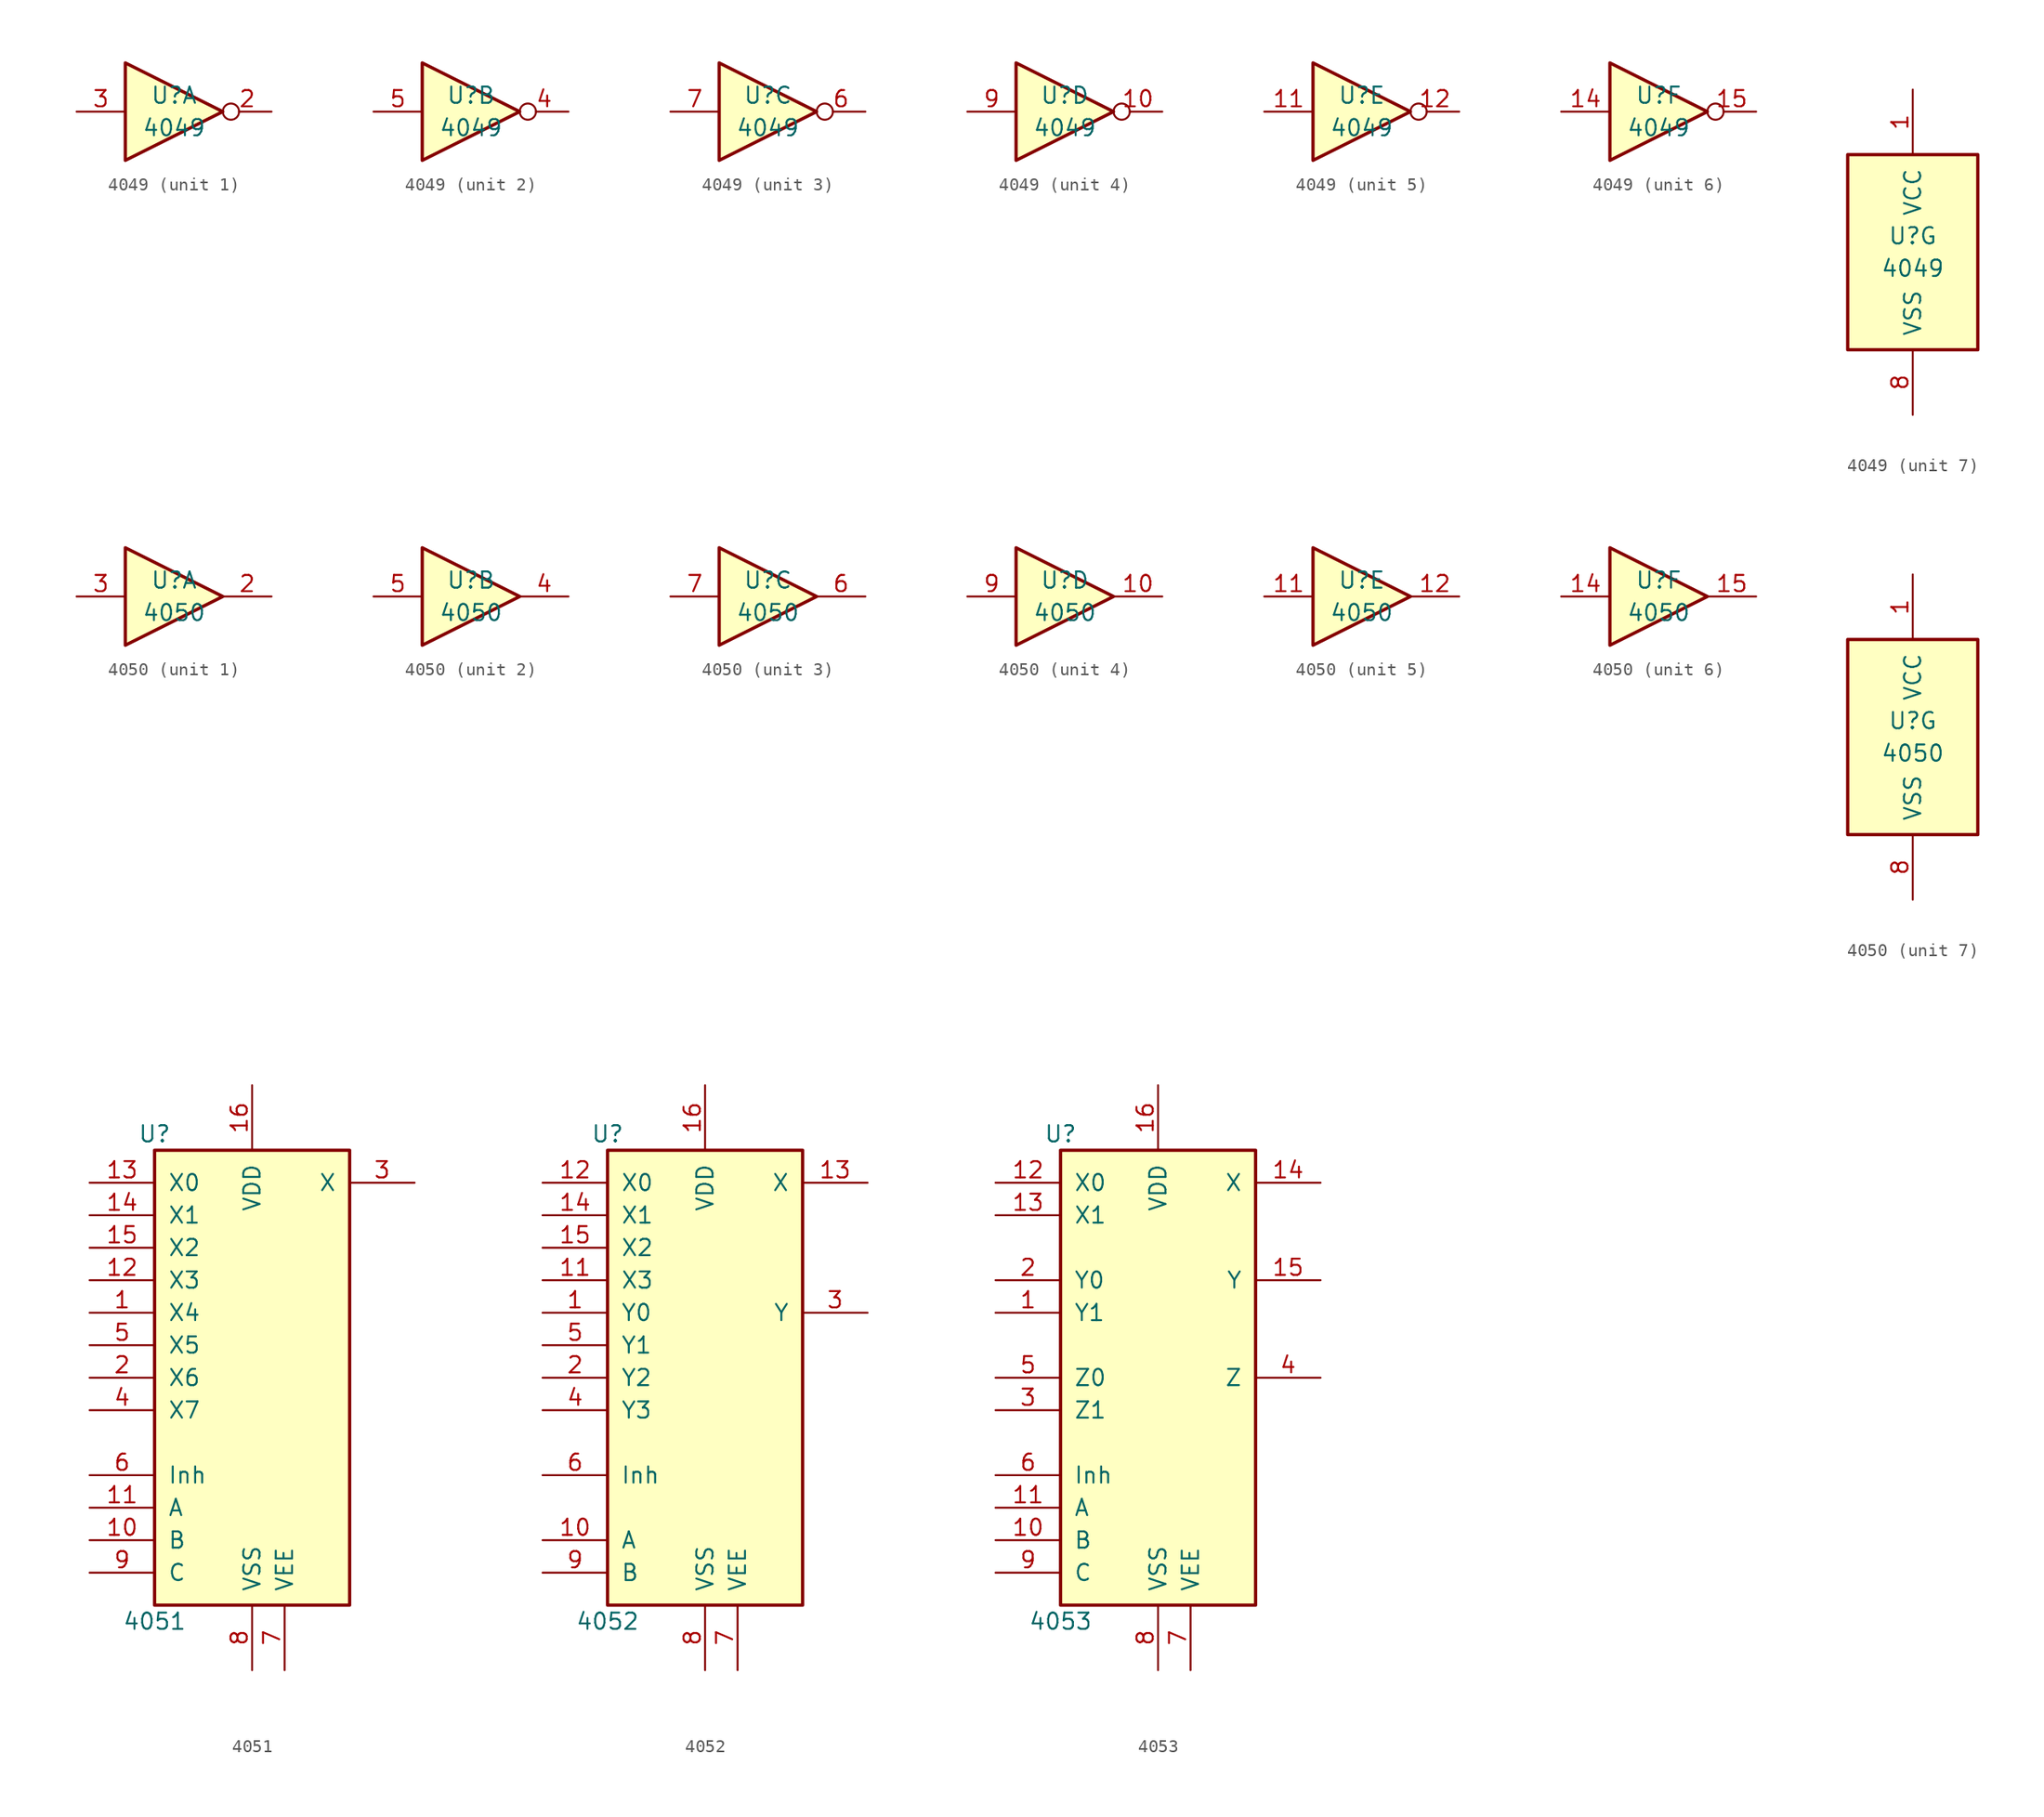
<source format=kicad_sym>
(kicad_symbol_lib
  (version 20211014)
  (generator kicad_symbol_editor)
  (symbol "4049"
    (pin_names
      (offset 1.016))
    (property "Reference" "U"
      (at 0 1.27 0)
      (effects (font (size 1.27 1.27))))
    (property "Value" "4049"
      (at 0 -1.27 0)
      (effects (font (size 1.27 1.27))))
    (property "ki_locked" ""
      (at 0 0 0)
      (effects (font (size 1.27 1.27))))
    (symbol "4049_1_0"
      (polyline (pts (xy -3.81 3.81) (xy -3.81 -3.81) (xy 3.81 0) (xy -3.81 3.81)) (stroke (width 0.254) (type default) (color 0 0 0 0)) (fill (type background)))
      (pin output inverted (at 7.62 0 180) (length 3.81) (name "~" (effects (font (size 1.27 1.27)))) (number "2" (effects (font (size 1.27 1.27)))))
      (pin input line (at -7.62 0 0) (length 3.81) (name "~" (effects (font (size 1.27 1.27)))) (number "3" (effects (font (size 1.27 1.27))))))
    (symbol "4049_2_0"
      (polyline (pts (xy -3.81 3.81) (xy -3.81 -3.81) (xy 3.81 0) (xy -3.81 3.81)) (stroke (width 0.254) (type default) (color 0 0 0 0)) (fill (type background)))
      (pin output inverted (at 7.62 0 180) (length 3.81) (name "~" (effects (font (size 1.27 1.27)))) (number "4" (effects (font (size 1.27 1.27)))))
      (pin input line (at -7.62 0 0) (length 3.81) (name "~" (effects (font (size 1.27 1.27)))) (number "5" (effects (font (size 1.27 1.27))))))
    (symbol "4049_3_0"
      (polyline (pts (xy -3.81 3.81) (xy -3.81 -3.81) (xy 3.81 0) (xy -3.81 3.81)) (stroke (width 0.254) (type default) (color 0 0 0 0)) (fill (type background)))
      (pin output inverted (at 7.62 0 180) (length 3.81) (name "~" (effects (font (size 1.27 1.27)))) (number "6" (effects (font (size 1.27 1.27)))))
      (pin input line (at -7.62 0 0) (length 3.81) (name "~" (effects (font (size 1.27 1.27)))) (number "7" (effects (font (size 1.27 1.27))))))
    (symbol "4049_4_0"
      (polyline (pts (xy -3.81 3.81) (xy -3.81 -3.81) (xy 3.81 0) (xy -3.81 3.81)) (stroke (width 0.254) (type default) (color 0 0 0 0)) (fill (type background)))
      (pin output inverted (at 7.62 0 180) (length 3.81) (name "~" (effects (font (size 1.27 1.27)))) (number "10" (effects (font (size 1.27 1.27)))))
      (pin input line (at -7.62 0 0) (length 3.81) (name "~" (effects (font (size 1.27 1.27)))) (number "9" (effects (font (size 1.27 1.27))))))
    (symbol "4049_5_0"
      (polyline (pts (xy -3.81 3.81) (xy -3.81 -3.81) (xy 3.81 0) (xy -3.81 3.81)) (stroke (width 0.254) (type default) (color 0 0 0 0)) (fill (type background)))
      (pin input line (at -7.62 0 0) (length 3.81) (name "~" (effects (font (size 1.27 1.27)))) (number "11" (effects (font (size 1.27 1.27)))))
      (pin output inverted (at 7.62 0 180) (length 3.81) (name "~" (effects (font (size 1.27 1.27)))) (number "12" (effects (font (size 1.27 1.27))))))
    (symbol "4049_6_0"
      (polyline (pts (xy -3.81 3.81) (xy -3.81 -3.81) (xy 3.81 0) (xy -3.81 3.81)) (stroke (width 0.254) (type default) (color 0 0 0 0)) (fill (type background)))
      (pin input line (at -7.62 0 0) (length 3.81) (name "~" (effects (font (size 1.27 1.27)))) (number "14" (effects (font (size 1.27 1.27)))))
      (pin output inverted (at 7.62 0 180) (length 3.81) (name "~" (effects (font (size 1.27 1.27)))) (number "15" (effects (font (size 1.27 1.27))))))
    (symbol "4049_7_0"
      (pin power_in line (at 0 12.7 270) (length 5.08) (name "VCC" (effects (font (size 1.27 1.27)))) (number "1" (effects (font (size 1.27 1.27)))))
      (pin power_in line (at 0 -12.7 90) (length 5.08) (name "VSS" (effects (font (size 1.27 1.27)))) (number "8" (effects (font (size 1.27 1.27))))))
    (symbol "4049_7_1"
      (rectangle (start -5.08 7.62) (end 5.08 -7.62) (stroke (width 0.254) (type default) (color 0 0 0 0)) (fill (type background)))))
  (symbol "4050"
    (pin_names
      (offset 1.016))
    (property "Reference" "U"
      (at 0 1.27 0)
      (effects (font (size 1.27 1.27))))
    (property "Value" "4050"
      (at 0 -1.27 0)
      (effects (font (size 1.27 1.27))))
    (property "ki_locked" ""
      (at 0 0 0)
      (effects (font (size 1.27 1.27))))
    (symbol "4050_1_0"
      (polyline (pts (xy -3.81 3.81) (xy -3.81 -3.81) (xy 3.81 0) (xy -3.81 3.81)) (stroke (width 0.254) (type default) (color 0 0 0 0)) (fill (type background)))
      (pin output line (at 7.62 0 180) (length 3.81) (name "~" (effects (font (size 1.27 1.27)))) (number "2" (effects (font (size 1.27 1.27)))))
      (pin input line (at -7.62 0 0) (length 3.81) (name "~" (effects (font (size 1.27 1.27)))) (number "3" (effects (font (size 1.27 1.27))))))
    (symbol "4050_2_0"
      (polyline (pts (xy -3.81 3.81) (xy -3.81 -3.81) (xy 3.81 0) (xy -3.81 3.81)) (stroke (width 0.254) (type default) (color 0 0 0 0)) (fill (type background)))
      (pin output line (at 7.62 0 180) (length 3.81) (name "~" (effects (font (size 1.27 1.27)))) (number "4" (effects (font (size 1.27 1.27)))))
      (pin input line (at -7.62 0 0) (length 3.81) (name "~" (effects (font (size 1.27 1.27)))) (number "5" (effects (font (size 1.27 1.27))))))
    (symbol "4050_3_0"
      (polyline (pts (xy -3.81 3.81) (xy -3.81 -3.81) (xy 3.81 0) (xy -3.81 3.81)) (stroke (width 0.254) (type default) (color 0 0 0 0)) (fill (type background)))
      (pin output line (at 7.62 0 180) (length 3.81) (name "~" (effects (font (size 1.27 1.27)))) (number "6" (effects (font (size 1.27 1.27)))))
      (pin input line (at -7.62 0 0) (length 3.81) (name "~" (effects (font (size 1.27 1.27)))) (number "7" (effects (font (size 1.27 1.27))))))
    (symbol "4050_4_0"
      (polyline (pts (xy -3.81 3.81) (xy -3.81 -3.81) (xy 3.81 0) (xy -3.81 3.81)) (stroke (width 0.254) (type default) (color 0 0 0 0)) (fill (type background)))
      (pin output line (at 7.62 0 180) (length 3.81) (name "~" (effects (font (size 1.27 1.27)))) (number "10" (effects (font (size 1.27 1.27)))))
      (pin input line (at -7.62 0 0) (length 3.81) (name "~" (effects (font (size 1.27 1.27)))) (number "9" (effects (font (size 1.27 1.27))))))
    (symbol "4050_5_0"
      (polyline (pts (xy -3.81 3.81) (xy -3.81 -3.81) (xy 3.81 0) (xy -3.81 3.81)) (stroke (width 0.254) (type default) (color 0 0 0 0)) (fill (type background)))
      (pin input line (at -7.62 0 0) (length 3.81) (name "~" (effects (font (size 1.27 1.27)))) (number "11" (effects (font (size 1.27 1.27)))))
      (pin output line (at 7.62 0 180) (length 3.81) (name "~" (effects (font (size 1.27 1.27)))) (number "12" (effects (font (size 1.27 1.27))))))
    (symbol "4050_6_0"
      (polyline (pts (xy -3.81 3.81) (xy -3.81 -3.81) (xy 3.81 0) (xy -3.81 3.81)) (stroke (width 0.254) (type default) (color 0 0 0 0)) (fill (type background)))
      (pin input line (at -7.62 0 0) (length 3.81) (name "~" (effects (font (size 1.27 1.27)))) (number "14" (effects (font (size 1.27 1.27)))))
      (pin output line (at 7.62 0 180) (length 3.81) (name "~" (effects (font (size 1.27 1.27)))) (number "15" (effects (font (size 1.27 1.27))))))
    (symbol "4050_7_0"
      (pin power_in line (at 0 12.7 270) (length 5.08) (name "VCC" (effects (font (size 1.27 1.27)))) (number "1" (effects (font (size 1.27 1.27)))))
      (pin power_in line (at 0 -12.7 90) (length 5.08) (name "VSS" (effects (font (size 1.27 1.27)))) (number "8" (effects (font (size 1.27 1.27))))))
    (symbol "4050_7_1"
      (rectangle (start -5.08 7.62) (end 5.08 -7.62) (stroke (width 0.254) (type default) (color 0 0 0 0)) (fill (type background)))))
  (symbol "4051"
    (pin_names
      (offset 1.016))
    (property "Reference" "U"
      (at -7.62 19.05 0)
      (effects (font (size 1.27 1.27))))
    (property "Value" "4051"
      (at -7.62 -19.05 0)
      (effects (font (size 1.27 1.27))))
    (property "ki_locked" ""
      (at 0 0 0)
      (effects (font (size 1.27 1.27))))
    (symbol "4051_1_0"
      (pin passive line (at -12.7 5.08 0) (length 5.08) (name "X4" (effects (font (size 1.27 1.27)))) (number "1" (effects (font (size 1.27 1.27)))))
      (pin input line (at -12.7 -12.7 0) (length 5.08) (name "B" (effects (font (size 1.27 1.27)))) (number "10" (effects (font (size 1.27 1.27)))))
      (pin input line (at -12.7 -10.16 0) (length 5.08) (name "A" (effects (font (size 1.27 1.27)))) (number "11" (effects (font (size 1.27 1.27)))))
      (pin passive line (at -12.7 7.62 0) (length 5.08) (name "X3" (effects (font (size 1.27 1.27)))) (number "12" (effects (font (size 1.27 1.27)))))
      (pin passive line (at -12.7 15.24 0) (length 5.08) (name "X0" (effects (font (size 1.27 1.27)))) (number "13" (effects (font (size 1.27 1.27)))))
      (pin passive line (at -12.7 12.7 0) (length 5.08) (name "X1" (effects (font (size 1.27 1.27)))) (number "14" (effects (font (size 1.27 1.27)))))
      (pin passive line (at -12.7 10.16 0) (length 5.08) (name "X2" (effects (font (size 1.27 1.27)))) (number "15" (effects (font (size 1.27 1.27)))))
      (pin power_in line (at 0 22.86 270) (length 5.08) (name "VDD" (effects (font (size 1.27 1.27)))) (number "16" (effects (font (size 1.27 1.27)))))
      (pin passive line (at -12.7 0 0) (length 5.08) (name "X6" (effects (font (size 1.27 1.27)))) (number "2" (effects (font (size 1.27 1.27)))))
      (pin passive line (at 12.7 15.24 180) (length 5.08) (name "X" (effects (font (size 1.27 1.27)))) (number "3" (effects (font (size 1.27 1.27)))))
      (pin passive line (at -12.7 -2.54 0) (length 5.08) (name "X7" (effects (font (size 1.27 1.27)))) (number "4" (effects (font (size 1.27 1.27)))))
      (pin passive line (at -12.7 2.54 0) (length 5.08) (name "X5" (effects (font (size 1.27 1.27)))) (number "5" (effects (font (size 1.27 1.27)))))
      (pin input line (at -12.7 -7.62 0) (length 5.08) (name "Inh" (effects (font (size 1.27 1.27)))) (number "6" (effects (font (size 1.27 1.27)))))
      (pin power_in line (at 2.54 -22.86 90) (length 5.08) (name "VEE" (effects (font (size 1.27 1.27)))) (number "7" (effects (font (size 1.27 1.27)))))
      (pin power_in line (at 0 -22.86 90) (length 5.08) (name "VSS" (effects (font (size 1.27 1.27)))) (number "8" (effects (font (size 1.27 1.27)))))
      (pin input line (at -12.7 -15.24 0) (length 5.08) (name "C" (effects (font (size 1.27 1.27)))) (number "9" (effects (font (size 1.27 1.27))))))
    (symbol "4051_1_1"
      (rectangle (start -7.62 17.78) (end 7.62 -17.78) (stroke (width 0.254) (type default) (color 0 0 0 0)) (fill (type background)))))
  (symbol "4052"
    (pin_names
      (offset 1.016))
    (property "Reference" "U"
      (at -7.62 19.05 0)
      (effects (font (size 1.27 1.27))))
    (property "Value" "4052"
      (at -7.62 -19.05 0)
      (effects (font (size 1.27 1.27))))
    (property "ki_locked" ""
      (at 0 0 0)
      (effects (font (size 1.27 1.27))))
    (symbol "4052_1_0"
      (pin passive line (at -12.7 5.08 0) (length 5.08) (name "Y0" (effects (font (size 1.27 1.27)))) (number "1" (effects (font (size 1.27 1.27)))))
      (pin input line (at -12.7 -12.7 0) (length 5.08) (name "A" (effects (font (size 1.27 1.27)))) (number "10" (effects (font (size 1.27 1.27)))))
      (pin passive line (at -12.7 7.62 0) (length 5.08) (name "X3" (effects (font (size 1.27 1.27)))) (number "11" (effects (font (size 1.27 1.27)))))
      (pin passive line (at -12.7 15.24 0) (length 5.08) (name "X0" (effects (font (size 1.27 1.27)))) (number "12" (effects (font (size 1.27 1.27)))))
      (pin passive line (at 12.7 15.24 180) (length 5.08) (name "X" (effects (font (size 1.27 1.27)))) (number "13" (effects (font (size 1.27 1.27)))))
      (pin passive line (at -12.7 12.7 0) (length 5.08) (name "X1" (effects (font (size 1.27 1.27)))) (number "14" (effects (font (size 1.27 1.27)))))
      (pin passive line (at -12.7 10.16 0) (length 5.08) (name "X2" (effects (font (size 1.27 1.27)))) (number "15" (effects (font (size 1.27 1.27)))))
      (pin power_in line (at 0 22.86 270) (length 5.08) (name "VDD" (effects (font (size 1.27 1.27)))) (number "16" (effects (font (size 1.27 1.27)))))
      (pin passive line (at -12.7 0 0) (length 5.08) (name "Y2" (effects (font (size 1.27 1.27)))) (number "2" (effects (font (size 1.27 1.27)))))
      (pin passive line (at 12.7 5.08 180) (length 5.08) (name "Y" (effects (font (size 1.27 1.27)))) (number "3" (effects (font (size 1.27 1.27)))))
      (pin passive line (at -12.7 -2.54 0) (length 5.08) (name "Y3" (effects (font (size 1.27 1.27)))) (number "4" (effects (font (size 1.27 1.27)))))
      (pin passive line (at -12.7 2.54 0) (length 5.08) (name "Y1" (effects (font (size 1.27 1.27)))) (number "5" (effects (font (size 1.27 1.27)))))
      (pin input line (at -12.7 -7.62 0) (length 5.08) (name "Inh" (effects (font (size 1.27 1.27)))) (number "6" (effects (font (size 1.27 1.27)))))
      (pin power_in line (at 2.54 -22.86 90) (length 5.08) (name "VEE" (effects (font (size 1.27 1.27)))) (number "7" (effects (font (size 1.27 1.27)))))
      (pin power_in line (at 0 -22.86 90) (length 5.08) (name "VSS" (effects (font (size 1.27 1.27)))) (number "8" (effects (font (size 1.27 1.27)))))
      (pin input line (at -12.7 -15.24 0) (length 5.08) (name "B" (effects (font (size 1.27 1.27)))) (number "9" (effects (font (size 1.27 1.27))))))
    (symbol "4052_1_1"
      (rectangle (start -7.62 17.78) (end 7.62 -17.78) (stroke (width 0.254) (type default) (color 0 0 0 0)) (fill (type background)))))
  (symbol "4053"
    (pin_names
      (offset 1.016))
    (property "Reference" "U"
      (at -7.62 19.05 0)
      (effects (font (size 1.27 1.27))))
    (property "Value" "4053"
      (at -7.62 -19.05 0)
      (effects (font (size 1.27 1.27))))
    (property "ki_locked" ""
      (at 0 0 0)
      (effects (font (size 1.27 1.27))))
    (symbol "4053_1_0"
      (pin passive line (at -12.7 5.08 0) (length 5.08) (name "Y1" (effects (font (size 1.27 1.27)))) (number "1" (effects (font (size 1.27 1.27)))))
      (pin input line (at -12.7 -12.7 0) (length 5.08) (name "B" (effects (font (size 1.27 1.27)))) (number "10" (effects (font (size 1.27 1.27)))))
      (pin input line (at -12.7 -10.16 0) (length 5.08) (name "A" (effects (font (size 1.27 1.27)))) (number "11" (effects (font (size 1.27 1.27)))))
      (pin passive line (at -12.7 15.24 0) (length 5.08) (name "X0" (effects (font (size 1.27 1.27)))) (number "12" (effects (font (size 1.27 1.27)))))
      (pin passive line (at -12.7 12.7 0) (length 5.08) (name "X1" (effects (font (size 1.27 1.27)))) (number "13" (effects (font (size 1.27 1.27)))))
      (pin passive line (at 12.7 15.24 180) (length 5.08) (name "X" (effects (font (size 1.27 1.27)))) (number "14" (effects (font (size 1.27 1.27)))))
      (pin passive line (at 12.7 7.62 180) (length 5.08) (name "Y" (effects (font (size 1.27 1.27)))) (number "15" (effects (font (size 1.27 1.27)))))
      (pin power_in line (at 0 22.86 270) (length 5.08) (name "VDD" (effects (font (size 1.27 1.27)))) (number "16" (effects (font (size 1.27 1.27)))))
      (pin passive line (at -12.7 7.62 0) (length 5.08) (name "Y0" (effects (font (size 1.27 1.27)))) (number "2" (effects (font (size 1.27 1.27)))))
      (pin passive line (at -12.7 -2.54 0) (length 5.08) (name "Z1" (effects (font (size 1.27 1.27)))) (number "3" (effects (font (size 1.27 1.27)))))
      (pin passive line (at 12.7 0 180) (length 5.08) (name "Z" (effects (font (size 1.27 1.27)))) (number "4" (effects (font (size 1.27 1.27)))))
      (pin passive line (at -12.7 0 0) (length 5.08) (name "Z0" (effects (font (size 1.27 1.27)))) (number "5" (effects (font (size 1.27 1.27)))))
      (pin input line (at -12.7 -7.62 0) (length 5.08) (name "Inh" (effects (font (size 1.27 1.27)))) (number "6" (effects (font (size 1.27 1.27)))))
      (pin power_in line (at 2.54 -22.86 90) (length 5.08) (name "VEE" (effects (font (size 1.27 1.27)))) (number "7" (effects (font (size 1.27 1.27)))))
      (pin power_in line (at 0 -22.86 90) (length 5.08) (name "VSS" (effects (font (size 1.27 1.27)))) (number "8" (effects (font (size 1.27 1.27)))))
      (pin input line (at -12.7 -15.24 0) (length 5.08) (name "C" (effects (font (size 1.27 1.27)))) (number "9" (effects (font (size 1.27 1.27))))))
    (symbol "4053_1_1"
      (rectangle (start -7.62 17.78) (end 7.62 -17.78) (stroke (width 0.254) (type default) (color 0 0 0 0)) (fill (type background))))))
</source>
